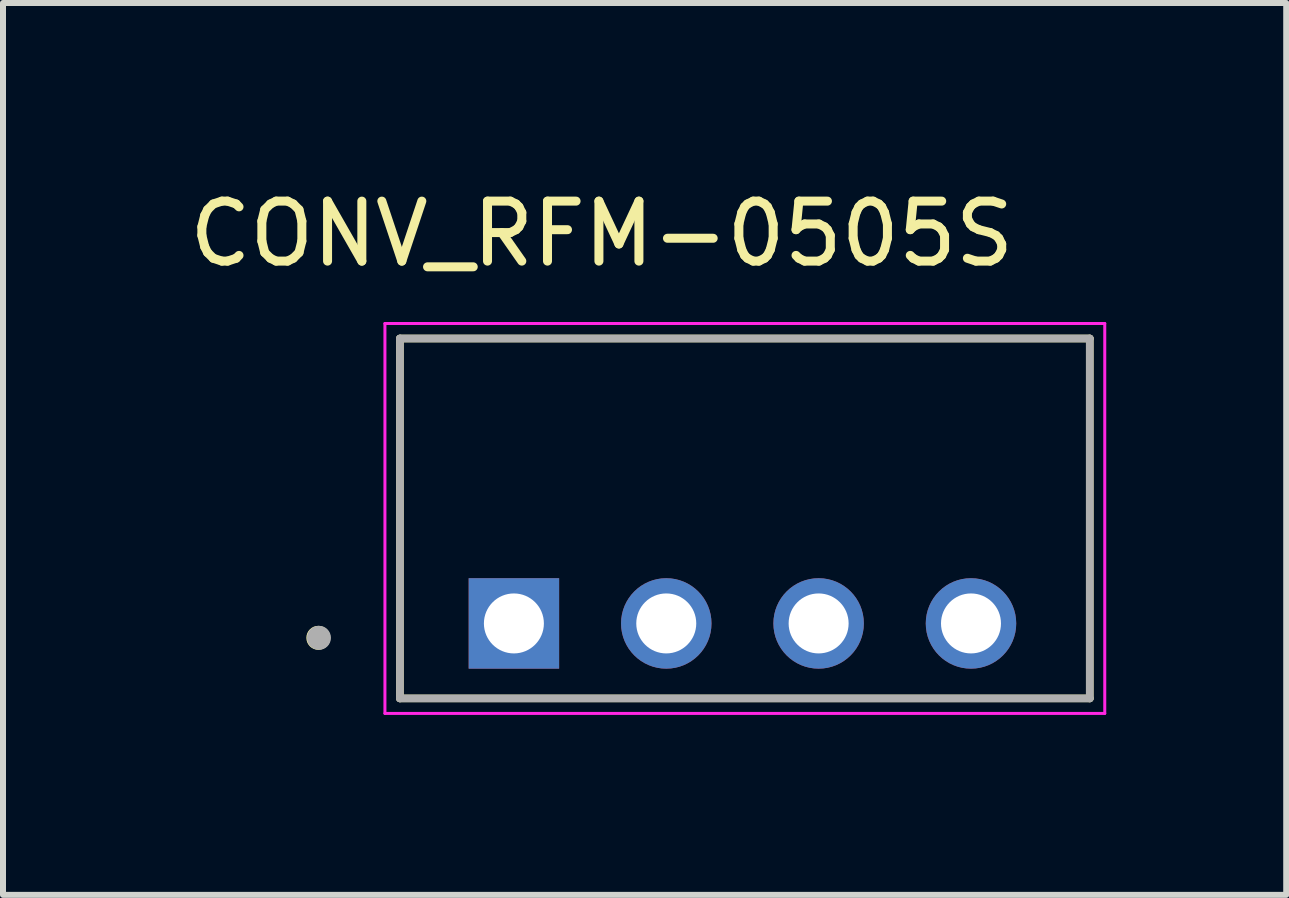
<source format=kicad_pcb>
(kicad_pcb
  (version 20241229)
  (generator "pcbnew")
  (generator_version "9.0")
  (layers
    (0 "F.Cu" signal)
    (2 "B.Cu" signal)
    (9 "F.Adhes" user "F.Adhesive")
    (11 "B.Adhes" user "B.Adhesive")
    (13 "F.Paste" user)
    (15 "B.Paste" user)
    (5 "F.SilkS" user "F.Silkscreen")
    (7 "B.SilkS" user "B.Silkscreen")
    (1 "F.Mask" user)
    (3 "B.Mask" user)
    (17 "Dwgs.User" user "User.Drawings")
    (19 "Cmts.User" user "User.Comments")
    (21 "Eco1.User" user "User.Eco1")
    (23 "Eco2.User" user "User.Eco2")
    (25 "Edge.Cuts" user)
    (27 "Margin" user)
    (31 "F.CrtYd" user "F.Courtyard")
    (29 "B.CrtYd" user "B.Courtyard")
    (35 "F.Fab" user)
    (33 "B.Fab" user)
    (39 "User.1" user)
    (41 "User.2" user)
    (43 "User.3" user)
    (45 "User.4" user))
  (footprint "CONV_RFM-0505S"
    (layer "F.Cu")
    (at 9.367 5.593)
    (property "Reference" "CONV_RFM-0505S" (at -2.385 -4.745 0) (layer "F.SilkS") (effects (font (size 1 1) (thickness 0.15))))
    (attr through_hole)
    (fp_line (start -5.75 -3) (end -5.75 3) (stroke (width 0.127) (type solid)) (layer "F.SilkS"))
    (fp_line (start -5.75 3) (end 5.75 3) (stroke (width 0.127) (type solid)) (layer "F.SilkS"))
    (fp_line (start 5.75 -3) (end -5.75 -3) (stroke (width 0.127) (type solid)) (layer "F.SilkS"))
    (fp_line (start 5.75 3) (end 5.75 -3) (stroke (width 0.127) (type solid)) (layer "F.SilkS"))
    (fp_circle (center -7.11 1.99) (end -7.01 1.99) (stroke (width 0.2) (type solid)) (fill no) (layer "F.SilkS"))
    (fp_line (start -6 -3.25) (end -6 3.25) (stroke (width 0.05) (type solid)) (layer "F.CrtYd"))
    (fp_line (start -6 3.25) (end 6 3.25) (stroke (width 0.05) (type solid)) (layer "F.CrtYd"))
    (fp_line (start 6 -3.25) (end -6 -3.25) (stroke (width 0.05) (type solid)) (layer "F.CrtYd"))
    (fp_line (start 6 3.25) (end 6 -3.25) (stroke (width 0.05) (type solid)) (layer "F.CrtYd"))
    (fp_line (start -5.75 -3) (end -5.75 3) (stroke (width 0.127) (type solid)) (layer "F.Fab"))
    (fp_line (start -5.75 3) (end 5.75 3) (stroke (width 0.127) (type solid)) (layer "F.Fab"))
    (fp_line (start 5.75 -3) (end -5.75 -3) (stroke (width 0.127) (type solid)) (layer "F.Fab"))
    (fp_line (start 5.75 3) (end 5.75 -3) (stroke (width 0.127) (type solid)) (layer "F.Fab"))
    (fp_circle (center -7.1 1.99) (end -7 1.99) (stroke (width 0.2) (type solid)) (fill no) (layer "F.Fab"))
    (pad "1" thru_hole rect (at -3.85 1.75) (size 1.508 1.508) (drill 1) (layers "*.Cu" "*.Mask"))
    (pad "2" thru_hole circle (at -1.31 1.75) (size 1.508 1.508) (drill 1) (layers "*.Cu" "*.Mask"))
    (pad "3" thru_hole circle (at 1.23 1.75) (size 1.508 1.508) (drill 1) (layers "*.Cu" "*.Mask"))
    (pad "4" thru_hole circle (at 3.77 1.75) (size 1.508 1.508) (drill 1) (layers "*.Cu" "*.Mask")))
  (gr_rect
    (start -3 -3)
    (end 18.392 11.868)
    (stroke (width 0.1) (type default))
    (fill no)
    (layer "Edge.Cuts")))
</source>
